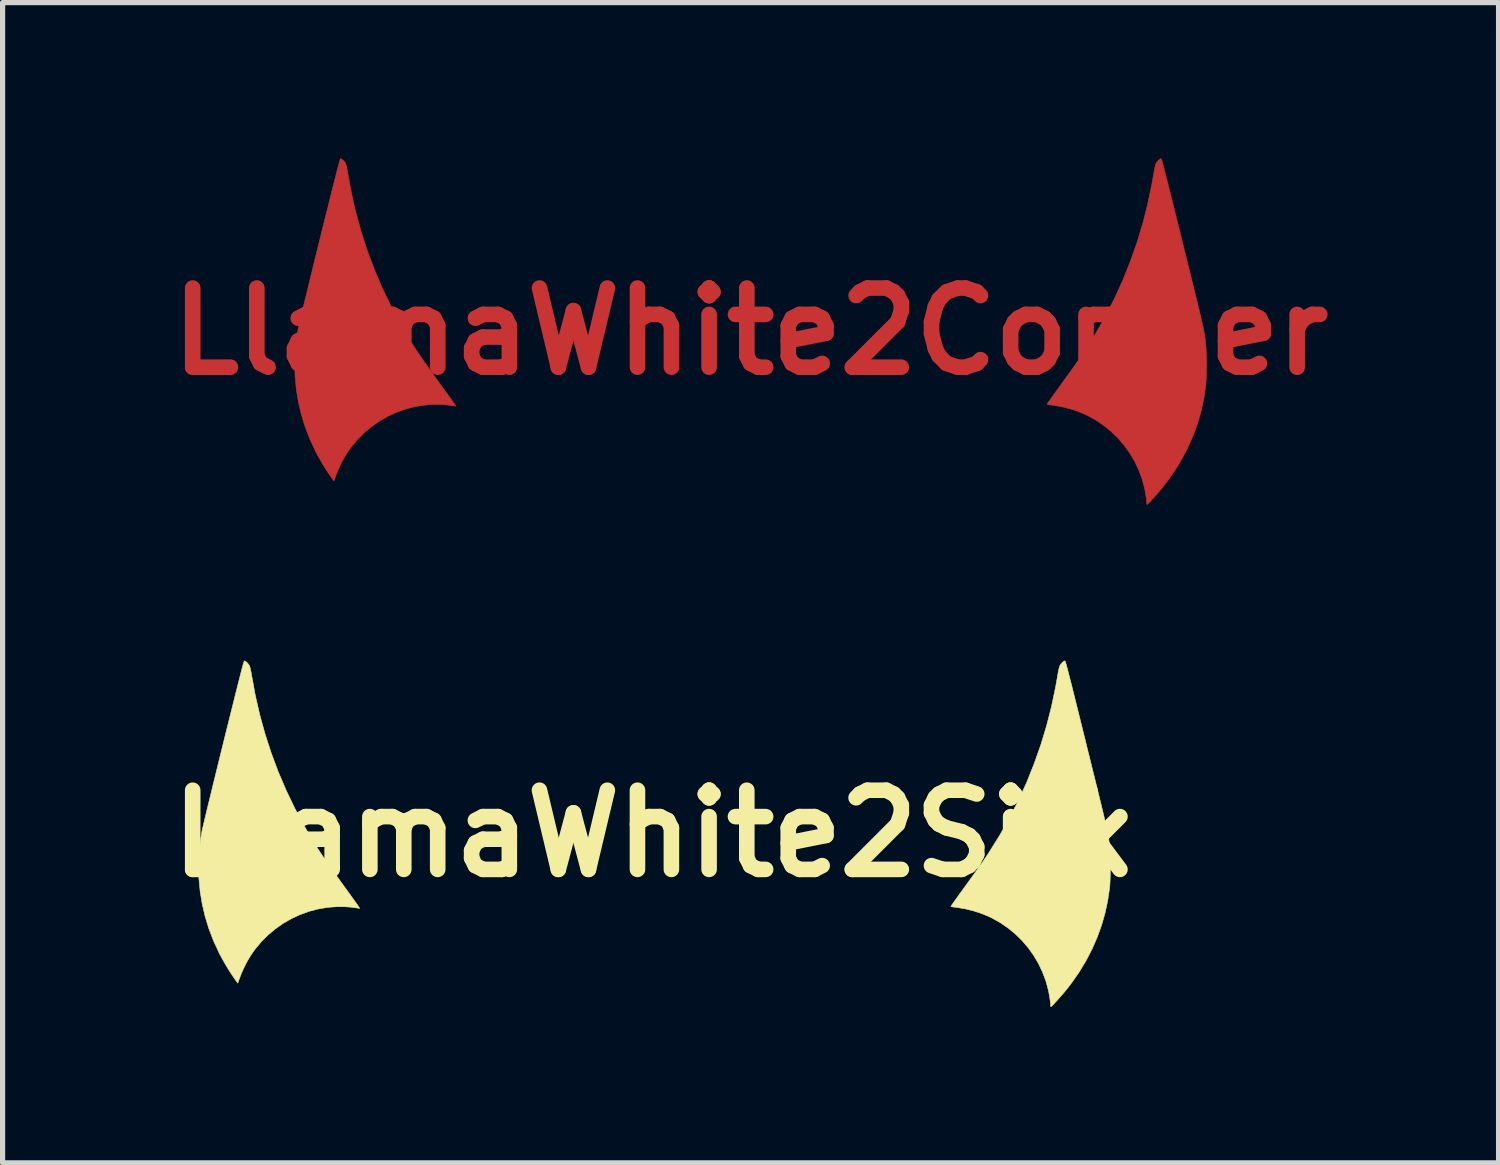
<source format=kicad_pcb>
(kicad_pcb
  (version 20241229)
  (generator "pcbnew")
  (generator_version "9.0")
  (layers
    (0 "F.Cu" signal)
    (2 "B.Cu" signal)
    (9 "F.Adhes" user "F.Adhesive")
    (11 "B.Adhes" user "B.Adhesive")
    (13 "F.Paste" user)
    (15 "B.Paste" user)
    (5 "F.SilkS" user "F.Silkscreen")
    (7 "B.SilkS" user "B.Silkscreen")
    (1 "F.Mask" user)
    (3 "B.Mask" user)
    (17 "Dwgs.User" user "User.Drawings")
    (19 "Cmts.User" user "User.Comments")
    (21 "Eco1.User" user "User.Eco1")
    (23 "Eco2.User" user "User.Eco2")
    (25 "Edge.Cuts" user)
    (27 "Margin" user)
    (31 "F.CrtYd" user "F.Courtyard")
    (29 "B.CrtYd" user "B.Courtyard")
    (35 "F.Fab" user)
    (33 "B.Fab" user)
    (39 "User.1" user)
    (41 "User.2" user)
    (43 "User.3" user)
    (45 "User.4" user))
  (footprint "LlamaWhite2Copper"
    (layer "F.Cu")
    (at 11.401 3.33)
    (property "Reference" "LlamaWhite2Copper" (at 0 0 0) (layer "F.Cu") (effects (font (size 1.524 1.524) (thickness 0.3))))
    (attr through_hole)
    (fp_poly (pts (xy -7.879 -3.32) (xy -7.858 -3.305) (xy -7.834 -3.283) (xy -7.813 -3.257) (xy -7.796 -3.231) (xy -7.796 -3.231) (xy -7.789 -3.209) (xy -7.78 -3.174) (xy -7.77 -3.127) (xy -7.759 -3.073) (xy -7.754 -3.039) (xy -7.684 -2.658) (xy -7.598 -2.284) (xy -7.496 -1.915) (xy -7.378 -1.551) (xy -7.244 -1.193) (xy -7.094 -0.841) (xy -6.928 -0.494) (xy -6.746 -0.153) (xy -6.603 0.093) (xy -6.571 0.147) (xy -6.539 0.199) (xy -6.507 0.249) (xy -6.475 0.3) (xy -6.441 0.352) (xy -6.405 0.406) (xy -6.366 0.464) (xy -6.323 0.526) (xy -6.276 0.594) (xy -6.223 0.669) (xy -6.164 0.752) (xy -6.098 0.845) (xy -6.024 0.948) (xy -5.941 1.062) (xy -5.871 1.159) (xy -5.828 1.219) (xy -5.788 1.275) (xy -5.752 1.325) (xy -5.722 1.367) (xy -5.699 1.401) (xy -5.683 1.425) (xy -5.676 1.437) (xy -5.675 1.438) (xy -5.684 1.438) (xy -5.706 1.436) (xy -5.732 1.432) (xy -5.852 1.416) (xy -5.982 1.408) (xy -6.115 1.409) (xy -6.246 1.417) (xy -6.297 1.422) (xy -6.479 1.453) (xy -6.657 1.5) (xy -6.828 1.563) (xy -6.994 1.64) (xy -7.151 1.731) (xy -7.3 1.836) (xy -7.44 1.953) (xy -7.57 2.084) (xy -7.688 2.225) (xy -7.772 2.344) (xy -7.819 2.422) (xy -7.867 2.51) (xy -7.912 2.601) (xy -7.952 2.692) (xy -7.984 2.775) (xy -7.985 2.775) (xy -8.021 2.88) (xy -8.056 2.834) (xy -8.121 2.741) (xy -8.189 2.637) (xy -8.256 2.526) (xy -8.32 2.413) (xy -8.379 2.303) (xy -8.384 2.292) (xy -8.49 2.063) (xy -8.579 1.83) (xy -8.651 1.594) (xy -8.707 1.355) (xy -8.747 1.113) (xy -8.77 0.867) (xy -8.776 0.619) (xy -8.765 0.369) (xy -8.738 0.116) (xy -8.712 -0.042) (xy -8.708 -0.062) (xy -8.7 -0.099) (xy -8.688 -0.149) (xy -8.673 -0.214) (xy -8.654 -0.292) (xy -8.633 -0.381) (xy -8.609 -0.482) (xy -8.582 -0.593) (xy -8.552 -0.714) (xy -8.521 -0.843) (xy -8.488 -0.98) (xy -8.452 -1.123) (xy -8.416 -1.273) (xy -8.378 -1.427) (xy -8.339 -1.586) (xy -8.3 -1.743) (xy -8.252 -1.938) (xy -8.207 -2.118) (xy -8.166 -2.282) (xy -8.129 -2.431) (xy -8.095 -2.567) (xy -8.065 -2.689) (xy -8.037 -2.798) (xy -8.013 -2.895) (xy -7.991 -2.98) (xy -7.972 -3.055) (xy -7.956 -3.118) (xy -7.942 -3.172) (xy -7.93 -3.217) (xy -7.92 -3.253) (xy -7.911 -3.281) (xy -7.905 -3.302) (xy -7.9 -3.315) (xy -7.897 -3.323) (xy -7.895 -3.325) (xy -7.879 -3.32)) (stroke (width 0.01) (type solid)) (fill yes) (layer "F.Cu"))
    (fp_poly (pts (xy 7.904 -3.325) (xy 7.906 -3.321) (xy 7.91 -3.312) (xy 7.916 -3.296) (xy 7.923 -3.273) (xy 7.932 -3.241) (xy 7.943 -3.201) (xy 7.956 -3.152) (xy 7.971 -3.093) (xy 7.989 -3.022) (xy 8.01 -2.941) (xy 8.034 -2.848) (xy 8.06 -2.742) (xy 8.09 -2.622) (xy 8.123 -2.489) (xy 8.16 -2.342) (xy 8.2 -2.179) (xy 8.237 -2.031) (xy 8.29 -1.817) (xy 8.339 -1.618) (xy 8.384 -1.435) (xy 8.426 -1.265) (xy 8.465 -1.11) (xy 8.5 -0.967) (xy 8.532 -0.837) (xy 8.561 -0.719) (xy 8.587 -0.611) (xy 8.611 -0.514) (xy 8.632 -0.426) (xy 8.651 -0.347) (xy 8.667 -0.277) (xy 8.682 -0.214) (xy 8.695 -0.158) (xy 8.706 -0.108) (xy 8.716 -0.063) (xy 8.724 -0.023) (xy 8.731 0.012) (xy 8.737 0.044) (xy 8.742 0.074) (xy 8.746 0.101) (xy 8.749 0.127) (xy 8.753 0.152) (xy 8.756 0.177) (xy 8.758 0.203) (xy 8.761 0.23) (xy 8.764 0.257) (xy 8.769 0.313) (xy 8.772 0.383) (xy 8.775 0.462) (xy 8.777 0.548) (xy 8.777 0.638) (xy 8.777 0.728) (xy 8.776 0.814) (xy 8.773 0.895) (xy 8.77 0.966) (xy 8.766 1.025) (xy 8.764 1.041) (xy 8.728 1.287) (xy 8.676 1.53) (xy 8.608 1.768) (xy 8.523 2.001) (xy 8.423 2.23) (xy 8.307 2.452) (xy 8.176 2.669) (xy 8.03 2.878) (xy 7.947 2.986) (xy 7.915 3.025) (xy 7.879 3.068) (xy 7.84 3.113) (xy 7.801 3.158) (xy 7.762 3.202) (xy 7.725 3.242) (xy 7.693 3.278) (xy 7.665 3.306) (xy 7.646 3.326) (xy 7.635 3.334) (xy 7.634 3.335) (xy 7.629 3.327) (xy 7.626 3.308) (xy 7.626 3.297) (xy 7.624 3.264) (xy 7.619 3.219) (xy 7.612 3.166) (xy 7.602 3.109) (xy 7.592 3.052) (xy 7.584 3.015) (xy 7.536 2.838) (xy 7.472 2.667) (xy 7.394 2.503) (xy 7.302 2.347) (xy 7.197 2.2) (xy 7.079 2.062) (xy 6.95 1.935) (xy 6.81 1.82) (xy 6.66 1.717) (xy 6.5 1.627) (xy 6.417 1.588) (xy 6.278 1.532) (xy 6.129 1.485) (xy 5.977 1.448) (xy 5.827 1.423) (xy 5.796 1.419) (xy 5.751 1.414) (xy 5.722 1.408) (xy 5.709 1.403) (xy 5.708 1.4) (xy 5.714 1.391) (xy 5.728 1.37) (xy 5.751 1.338) (xy 5.78 1.297) (xy 5.816 1.247) (xy 5.857 1.189) (xy 5.902 1.127) (xy 5.951 1.059) (xy 5.965 1.04) (xy 6.035 0.943) (xy 6.096 0.858) (xy 6.149 0.785) (xy 6.195 0.72) (xy 6.236 0.663) (xy 6.271 0.613) (xy 6.303 0.568) (xy 6.331 0.527) (xy 6.358 0.487) (xy 6.385 0.448) (xy 6.411 0.409) (xy 6.439 0.367) (xy 6.451 0.347) (xy 6.653 0.024) (xy 6.84 -0.307) (xy 7.012 -0.647) (xy 7.17 -0.993) (xy 7.311 -1.347) (xy 7.438 -1.706) (xy 7.549 -2.072) (xy 7.644 -2.444) (xy 7.723 -2.82) (xy 7.762 -3.038) (xy 7.772 -3.097) (xy 7.782 -3.149) (xy 7.792 -3.191) (xy 7.801 -3.221) (xy 7.804 -3.23) (xy 7.821 -3.257) (xy 7.842 -3.283) (xy 7.865 -3.305) (xy 7.887 -3.32) (xy 7.903 -3.325) (xy 7.904 -3.325)) (stroke (width 0.01) (type solid)) (fill yes) (layer "F.Cu")))
  (footprint "LlamaWhite2Silk"
    (layer "F.Cu")
    (at 9.55 12.999)
    (property "Reference" "LlamaWhite2Silk" (at 0 0 0) (layer "F.SilkS") (effects (font (size 1.524 1.524) (thickness 0.3))))
    (attr through_hole)
    (fp_poly (pts (xy -7.879 -3.32) (xy -7.858 -3.305) (xy -7.834 -3.283) (xy -7.813 -3.257) (xy -7.796 -3.231) (xy -7.796 -3.231) (xy -7.789 -3.209) (xy -7.78 -3.174) (xy -7.77 -3.127) (xy -7.759 -3.073) (xy -7.754 -3.039) (xy -7.684 -2.658) (xy -7.598 -2.284) (xy -7.496 -1.915) (xy -7.378 -1.551) (xy -7.244 -1.193) (xy -7.094 -0.841) (xy -6.928 -0.494) (xy -6.746 -0.153) (xy -6.603 0.093) (xy -6.571 0.147) (xy -6.539 0.199) (xy -6.507 0.249) (xy -6.475 0.3) (xy -6.441 0.352) (xy -6.405 0.406) (xy -6.366 0.464) (xy -6.323 0.526) (xy -6.276 0.594) (xy -6.223 0.669) (xy -6.164 0.752) (xy -6.098 0.845) (xy -6.024 0.948) (xy -5.941 1.062) (xy -5.871 1.159) (xy -5.828 1.219) (xy -5.788 1.275) (xy -5.752 1.325) (xy -5.722 1.367) (xy -5.699 1.401) (xy -5.683 1.425) (xy -5.676 1.437) (xy -5.675 1.438) (xy -5.684 1.438) (xy -5.706 1.436) (xy -5.732 1.432) (xy -5.852 1.416) (xy -5.982 1.408) (xy -6.115 1.409) (xy -6.246 1.417) (xy -6.297 1.422) (xy -6.479 1.453) (xy -6.657 1.5) (xy -6.828 1.563) (xy -6.994 1.64) (xy -7.151 1.731) (xy -7.3 1.836) (xy -7.44 1.953) (xy -7.57 2.084) (xy -7.688 2.225) (xy -7.772 2.344) (xy -7.819 2.422) (xy -7.867 2.51) (xy -7.912 2.601) (xy -7.952 2.692) (xy -7.984 2.775) (xy -7.985 2.775) (xy -8.021 2.88) (xy -8.056 2.834) (xy -8.121 2.741) (xy -8.189 2.637) (xy -8.256 2.526) (xy -8.32 2.413) (xy -8.379 2.303) (xy -8.384 2.292) (xy -8.49 2.063) (xy -8.579 1.83) (xy -8.651 1.594) (xy -8.707 1.355) (xy -8.747 1.113) (xy -8.77 0.867) (xy -8.776 0.619) (xy -8.765 0.369) (xy -8.738 0.116) (xy -8.712 -0.042) (xy -8.708 -0.062) (xy -8.7 -0.099) (xy -8.688 -0.149) (xy -8.673 -0.214) (xy -8.654 -0.292) (xy -8.633 -0.381) (xy -8.609 -0.482) (xy -8.582 -0.593) (xy -8.552 -0.714) (xy -8.521 -0.843) (xy -8.488 -0.98) (xy -8.452 -1.123) (xy -8.416 -1.273) (xy -8.378 -1.427) (xy -8.339 -1.586) (xy -8.3 -1.743) (xy -8.252 -1.938) (xy -8.207 -2.118) (xy -8.166 -2.282) (xy -8.129 -2.431) (xy -8.095 -2.567) (xy -8.065 -2.689) (xy -8.037 -2.798) (xy -8.013 -2.895) (xy -7.991 -2.98) (xy -7.972 -3.055) (xy -7.956 -3.118) (xy -7.942 -3.172) (xy -7.93 -3.217) (xy -7.92 -3.253) (xy -7.911 -3.281) (xy -7.905 -3.302) (xy -7.9 -3.315) (xy -7.897 -3.323) (xy -7.895 -3.325) (xy -7.879 -3.32)) (stroke (width 0.01) (type solid)) (fill yes) (layer "F.SilkS"))
    (fp_poly (pts (xy 7.904 -3.325) (xy 7.906 -3.321) (xy 7.91 -3.312) (xy 7.916 -3.296) (xy 7.923 -3.273) (xy 7.932 -3.241) (xy 7.943 -3.201) (xy 7.956 -3.152) (xy 7.971 -3.093) (xy 7.989 -3.022) (xy 8.01 -2.941) (xy 8.034 -2.848) (xy 8.06 -2.742) (xy 8.09 -2.622) (xy 8.123 -2.489) (xy 8.16 -2.342) (xy 8.2 -2.179) (xy 8.237 -2.031) (xy 8.29 -1.817) (xy 8.339 -1.618) (xy 8.384 -1.435) (xy 8.426 -1.265) (xy 8.465 -1.11) (xy 8.5 -0.967) (xy 8.532 -0.837) (xy 8.561 -0.719) (xy 8.587 -0.611) (xy 8.611 -0.514) (xy 8.632 -0.426) (xy 8.651 -0.347) (xy 8.667 -0.277) (xy 8.682 -0.214) (xy 8.695 -0.158) (xy 8.706 -0.108) (xy 8.716 -0.063) (xy 8.724 -0.023) (xy 8.731 0.012) (xy 8.737 0.044) (xy 8.742 0.074) (xy 8.746 0.101) (xy 8.749 0.127) (xy 8.753 0.152) (xy 8.756 0.177) (xy 8.758 0.203) (xy 8.761 0.23) (xy 8.764 0.257) (xy 8.769 0.313) (xy 8.772 0.383) (xy 8.775 0.462) (xy 8.777 0.548) (xy 8.777 0.638) (xy 8.777 0.728) (xy 8.776 0.814) (xy 8.773 0.895) (xy 8.77 0.966) (xy 8.766 1.025) (xy 8.764 1.041) (xy 8.728 1.287) (xy 8.676 1.53) (xy 8.608 1.768) (xy 8.523 2.001) (xy 8.423 2.23) (xy 8.307 2.452) (xy 8.176 2.669) (xy 8.03 2.878) (xy 7.947 2.986) (xy 7.915 3.025) (xy 7.879 3.068) (xy 7.84 3.113) (xy 7.801 3.158) (xy 7.762 3.202) (xy 7.725 3.242) (xy 7.693 3.278) (xy 7.665 3.306) (xy 7.646 3.326) (xy 7.635 3.334) (xy 7.634 3.335) (xy 7.629 3.327) (xy 7.626 3.308) (xy 7.626 3.297) (xy 7.624 3.264) (xy 7.619 3.219) (xy 7.612 3.166) (xy 7.602 3.109) (xy 7.592 3.052) (xy 7.584 3.015) (xy 7.536 2.838) (xy 7.472 2.667) (xy 7.394 2.503) (xy 7.302 2.347) (xy 7.197 2.2) (xy 7.079 2.062) (xy 6.95 1.935) (xy 6.81 1.82) (xy 6.66 1.717) (xy 6.5 1.627) (xy 6.417 1.588) (xy 6.278 1.532) (xy 6.129 1.485) (xy 5.977 1.448) (xy 5.827 1.423) (xy 5.796 1.419) (xy 5.751 1.414) (xy 5.722 1.408) (xy 5.709 1.403) (xy 5.708 1.4) (xy 5.714 1.391) (xy 5.728 1.37) (xy 5.751 1.338) (xy 5.78 1.297) (xy 5.816 1.247) (xy 5.857 1.189) (xy 5.902 1.127) (xy 5.951 1.059) (xy 5.965 1.04) (xy 6.035 0.943) (xy 6.096 0.858) (xy 6.149 0.785) (xy 6.195 0.72) (xy 6.236 0.663) (xy 6.271 0.613) (xy 6.303 0.568) (xy 6.331 0.527) (xy 6.358 0.487) (xy 6.385 0.448) (xy 6.411 0.409) (xy 6.439 0.367) (xy 6.451 0.347) (xy 6.653 0.024) (xy 6.84 -0.307) (xy 7.012 -0.647) (xy 7.17 -0.993) (xy 7.311 -1.347) (xy 7.438 -1.706) (xy 7.549 -2.072) (xy 7.644 -2.444) (xy 7.723 -2.82) (xy 7.762 -3.038) (xy 7.772 -3.097) (xy 7.782 -3.149) (xy 7.792 -3.191) (xy 7.801 -3.221) (xy 7.804 -3.23) (xy 7.821 -3.257) (xy 7.842 -3.283) (xy 7.865 -3.305) (xy 7.887 -3.32) (xy 7.903 -3.325) (xy 7.904 -3.325)) (stroke (width 0.01) (type solid)) (fill yes) (layer "F.SilkS")))
  (gr_rect
    (start -3 -3)
    (end 25.802 19.339)
    (stroke (width 0.1) (type default))
    (fill no)
    (layer "Edge.Cuts")))
</source>
